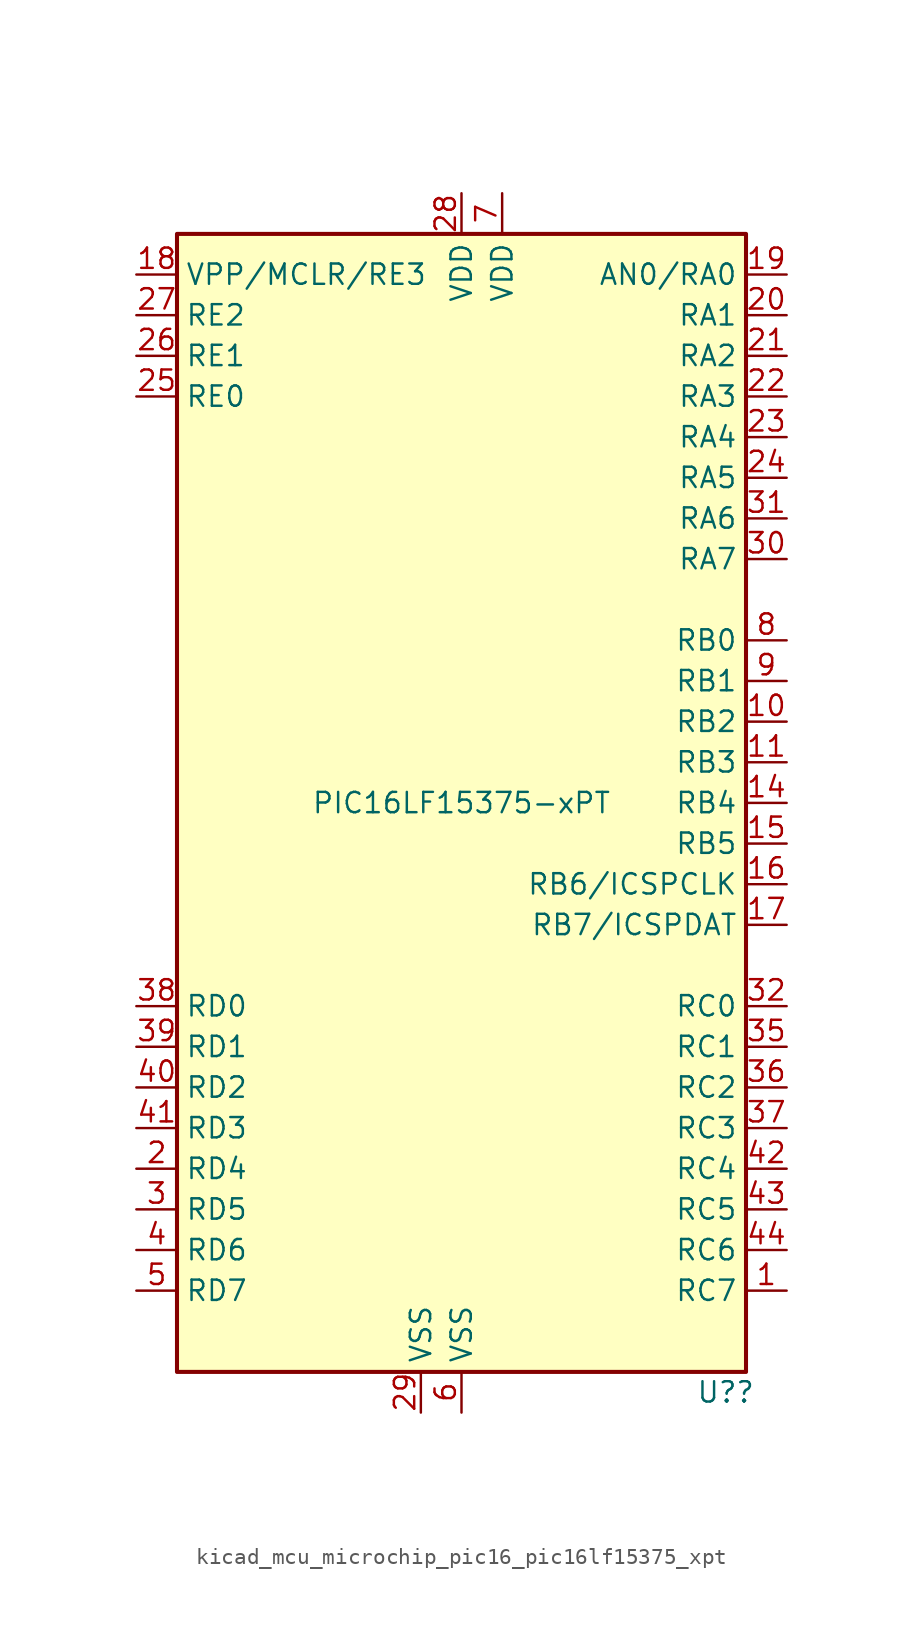
<source format=kicad_sym>
(kicad_symbol_lib
  (version 20220914)
  (generator kicad_symbol_editor)
  (symbol "kicad_mcu_microchip_pic16_pic16lf15375_xpt"
    (property "Reference" "U?"
      (at 16.51 -36.83 0)
      (effects (font (size 1.27 1.27))))
    (property "Value" "PIC16LF15375-xPT"
      (at 0 0 0)
      (effects (font (size 1.27 1.27))))
    (symbol "kicad_mcu_microchip_pic16_pic16lf15375_xpt_0_0"
      (pin no_connect line (at -17.78 5.08 0) (length 2.54) hide (name "NC" (effects (font (size 1.27 1.27)))) (number "12" (effects (font (size 1.27 1.27)))))
      (pin no_connect line (at -17.78 0 0) (length 2.54) hide (name "NC" (effects (font (size 1.27 1.27)))) (number "13" (effects (font (size 1.27 1.27)))))
      (pin no_connect line (at -17.78 2.54 0) (length 2.54) hide (name "NC" (effects (font (size 1.27 1.27)))) (number "33" (effects (font (size 1.27 1.27)))))
      (pin no_connect line (at -17.78 7.62 0) (length 2.54) hide (name "NC" (effects (font (size 1.27 1.27)))) (number "34" (effects (font (size 1.27 1.27))))))
    (symbol "kicad_mcu_microchip_pic16_pic16lf15375_xpt_0_1"
      (rectangle (start -17.78 35.56) (end 17.78 -35.56) (stroke (width 0.254) (type default)) (fill (type background))))
    (symbol "kicad_mcu_microchip_pic16_pic16lf15375_xpt_1_1"
      (pin bidirectional line (at 20.32 -30.48 180) (length 2.54) (name "RC7" (effects (font (size 1.27 1.27)))) (number "1" (effects (font (size 1.27 1.27)))))
      (pin bidirectional line (at 20.32 5.08 180) (length 2.54) (name "RB2" (effects (font (size 1.27 1.27)))) (number "10" (effects (font (size 1.27 1.27)))))
      (pin bidirectional line (at 20.32 2.54 180) (length 2.54) (name "RB3" (effects (font (size 1.27 1.27)))) (number "11" (effects (font (size 1.27 1.27)))))
      (pin bidirectional line (at 20.32 0 180) (length 2.54) (name "RB4" (effects (font (size 1.27 1.27)))) (number "14" (effects (font (size 1.27 1.27)))))
      (pin bidirectional line (at 20.32 -2.54 180) (length 2.54) (name "RB5" (effects (font (size 1.27 1.27)))) (number "15" (effects (font (size 1.27 1.27)))))
      (pin bidirectional line (at 20.32 -5.08 180) (length 2.54) (name "RB6/ICSPCLK" (effects (font (size 1.27 1.27)))) (number "16" (effects (font (size 1.27 1.27)))))
      (pin bidirectional line (at 20.32 -7.62 180) (length 2.54) (name "RB7/ICSPDAT" (effects (font (size 1.27 1.27)))) (number "17" (effects (font (size 1.27 1.27)))))
      (pin bidirectional line (at -20.32 33.02 0) (length 2.54) (name "VPP/MCLR/RE3" (effects (font (size 1.27 1.27)))) (number "18" (effects (font (size 1.27 1.27)))))
      (pin bidirectional line (at 20.32 33.02 180) (length 2.54) (name "AN0/RA0" (effects (font (size 1.27 1.27)))) (number "19" (effects (font (size 1.27 1.27)))))
      (pin bidirectional line (at -20.32 -22.86 0) (length 2.54) (name "RD4" (effects (font (size 1.27 1.27)))) (number "2" (effects (font (size 1.27 1.27)))))
      (pin bidirectional line (at 20.32 30.48 180) (length 2.54) (name "RA1" (effects (font (size 1.27 1.27)))) (number "20" (effects (font (size 1.27 1.27)))))
      (pin bidirectional line (at 20.32 27.94 180) (length 2.54) (name "RA2" (effects (font (size 1.27 1.27)))) (number "21" (effects (font (size 1.27 1.27)))))
      (pin bidirectional line (at 20.32 25.4 180) (length 2.54) (name "RA3" (effects (font (size 1.27 1.27)))) (number "22" (effects (font (size 1.27 1.27)))))
      (pin bidirectional line (at 20.32 22.86 180) (length 2.54) (name "RA4" (effects (font (size 1.27 1.27)))) (number "23" (effects (font (size 1.27 1.27)))))
      (pin bidirectional line (at 20.32 20.32 180) (length 2.54) (name "RA5" (effects (font (size 1.27 1.27)))) (number "24" (effects (font (size 1.27 1.27)))))
      (pin bidirectional line (at -20.32 25.4 0) (length 2.54) (name "RE0" (effects (font (size 1.27 1.27)))) (number "25" (effects (font (size 1.27 1.27)))))
      (pin bidirectional line (at -20.32 27.94 0) (length 2.54) (name "RE1" (effects (font (size 1.27 1.27)))) (number "26" (effects (font (size 1.27 1.27)))))
      (pin bidirectional line (at -20.32 30.48 0) (length 2.54) (name "RE2" (effects (font (size 1.27 1.27)))) (number "27" (effects (font (size 1.27 1.27)))))
      (pin power_in line (at 0 38.1 270) (length 2.54) (name "VDD" (effects (font (size 1.27 1.27)))) (number "28" (effects (font (size 1.27 1.27)))))
      (pin power_in line (at -2.54 -38.1 90) (length 2.54) (name "VSS" (effects (font (size 1.27 1.27)))) (number "29" (effects (font (size 1.27 1.27)))))
      (pin bidirectional line (at -20.32 -25.4 0) (length 2.54) (name "RD5" (effects (font (size 1.27 1.27)))) (number "3" (effects (font (size 1.27 1.27)))))
      (pin bidirectional line (at 20.32 15.24 180) (length 2.54) (name "RA7" (effects (font (size 1.27 1.27)))) (number "30" (effects (font (size 1.27 1.27)))))
      (pin bidirectional line (at 20.32 17.78 180) (length 2.54) (name "RA6" (effects (font (size 1.27 1.27)))) (number "31" (effects (font (size 1.27 1.27)))))
      (pin bidirectional line (at 20.32 -12.7 180) (length 2.54) (name "RC0" (effects (font (size 1.27 1.27)))) (number "32" (effects (font (size 1.27 1.27)))))
      (pin bidirectional line (at 20.32 -15.24 180) (length 2.54) (name "RC1" (effects (font (size 1.27 1.27)))) (number "35" (effects (font (size 1.27 1.27)))))
      (pin bidirectional line (at 20.32 -17.78 180) (length 2.54) (name "RC2" (effects (font (size 1.27 1.27)))) (number "36" (effects (font (size 1.27 1.27)))))
      (pin bidirectional line (at 20.32 -20.32 180) (length 2.54) (name "RC3" (effects (font (size 1.27 1.27)))) (number "37" (effects (font (size 1.27 1.27)))))
      (pin bidirectional line (at -20.32 -12.7 0) (length 2.54) (name "RD0" (effects (font (size 1.27 1.27)))) (number "38" (effects (font (size 1.27 1.27)))))
      (pin bidirectional line (at -20.32 -15.24 0) (length 2.54) (name "RD1" (effects (font (size 1.27 1.27)))) (number "39" (effects (font (size 1.27 1.27)))))
      (pin bidirectional line (at -20.32 -27.94 0) (length 2.54) (name "RD6" (effects (font (size 1.27 1.27)))) (number "4" (effects (font (size 1.27 1.27)))))
      (pin bidirectional line (at -20.32 -17.78 0) (length 2.54) (name "RD2" (effects (font (size 1.27 1.27)))) (number "40" (effects (font (size 1.27 1.27)))))
      (pin bidirectional line (at -20.32 -20.32 0) (length 2.54) (name "RD3" (effects (font (size 1.27 1.27)))) (number "41" (effects (font (size 1.27 1.27)))))
      (pin bidirectional line (at 20.32 -22.86 180) (length 2.54) (name "RC4" (effects (font (size 1.27 1.27)))) (number "42" (effects (font (size 1.27 1.27)))))
      (pin bidirectional line (at 20.32 -25.4 180) (length 2.54) (name "RC5" (effects (font (size 1.27 1.27)))) (number "43" (effects (font (size 1.27 1.27)))))
      (pin bidirectional line (at 20.32 -27.94 180) (length 2.54) (name "RC6" (effects (font (size 1.27 1.27)))) (number "44" (effects (font (size 1.27 1.27)))))
      (pin bidirectional line (at -20.32 -30.48 0) (length 2.54) (name "RD7" (effects (font (size 1.27 1.27)))) (number "5" (effects (font (size 1.27 1.27)))))
      (pin power_in line (at 0 -38.1 90) (length 2.54) (name "VSS" (effects (font (size 1.27 1.27)))) (number "6" (effects (font (size 1.27 1.27)))))
      (pin power_in line (at 2.54 38.1 270) (length 2.54) (name "VDD" (effects (font (size 1.27 1.27)))) (number "7" (effects (font (size 1.27 1.27)))))
      (pin bidirectional line (at 20.32 10.16 180) (length 2.54) (name "RB0" (effects (font (size 1.27 1.27)))) (number "8" (effects (font (size 1.27 1.27)))))
      (pin bidirectional line (at 20.32 7.62 180) (length 2.54) (name "RB1" (effects (font (size 1.27 1.27)))) (number "9" (effects (font (size 1.27 1.27))))))))
</source>
